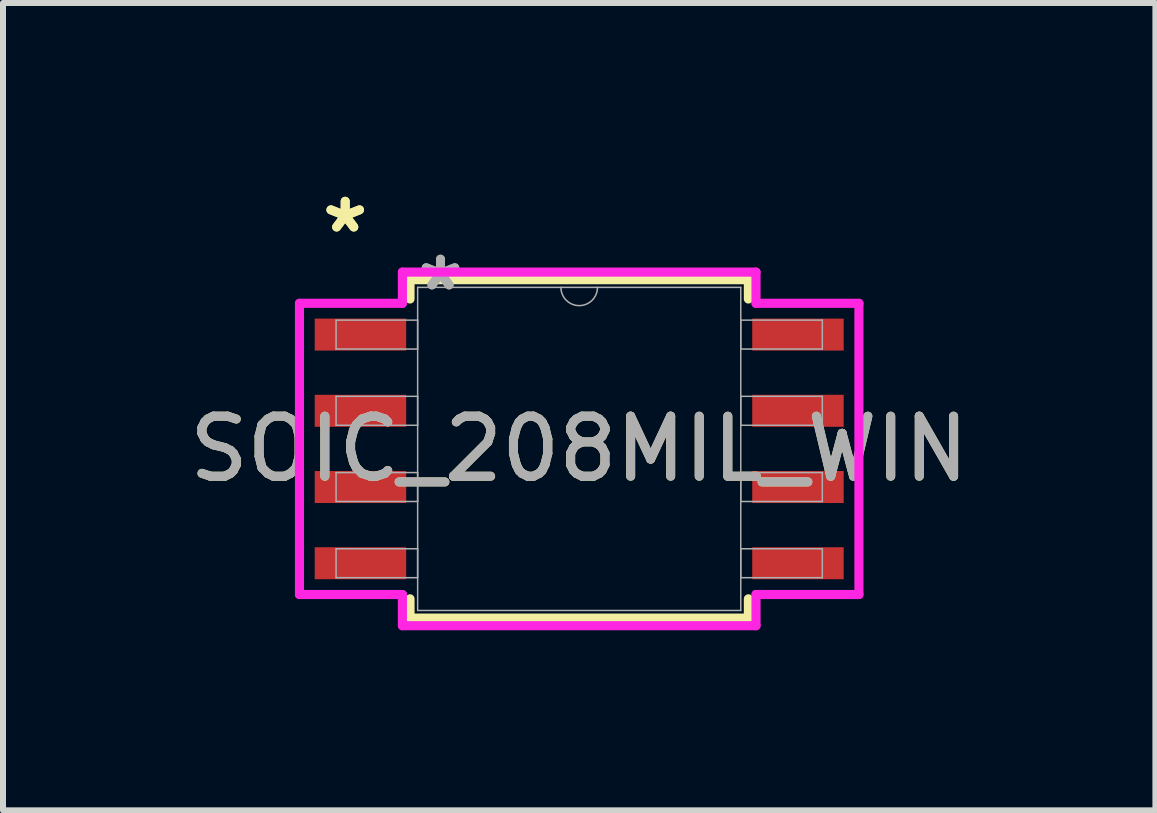
<source format=kicad_pcb>
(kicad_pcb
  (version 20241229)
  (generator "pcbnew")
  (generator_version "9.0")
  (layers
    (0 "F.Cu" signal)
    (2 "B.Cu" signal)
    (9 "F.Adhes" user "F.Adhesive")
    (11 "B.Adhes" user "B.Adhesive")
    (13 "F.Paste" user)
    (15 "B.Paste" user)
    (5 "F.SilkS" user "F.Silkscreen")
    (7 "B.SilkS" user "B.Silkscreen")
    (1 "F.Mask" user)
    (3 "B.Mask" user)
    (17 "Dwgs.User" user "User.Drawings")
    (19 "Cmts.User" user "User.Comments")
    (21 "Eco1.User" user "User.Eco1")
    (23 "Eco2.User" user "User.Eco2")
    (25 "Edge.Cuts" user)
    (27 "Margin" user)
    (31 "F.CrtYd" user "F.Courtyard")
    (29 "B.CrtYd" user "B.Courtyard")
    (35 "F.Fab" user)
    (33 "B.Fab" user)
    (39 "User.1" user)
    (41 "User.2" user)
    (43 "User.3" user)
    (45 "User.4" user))
  (footprint "SOIC_208MIL_WIN"
    (layer "F.Cu")
    (at 6.601 4.43)
    (property "Reference" "SOIC_208MIL_WIN" (at 0 0 0) (unlocked yes) (layer "F.SilkS") (effects (font (size 1 1) (thickness 0.15))))
    (attr smd)
    (fp_line (start -2.819 -2.819) (end -2.819 -2.498) (stroke (width 0.152) (type solid)) (layer "F.SilkS"))
    (fp_line (start -2.819 2.498) (end -2.819 2.819) (stroke (width 0.152) (type solid)) (layer "F.SilkS"))
    (fp_line (start -2.819 2.819) (end 2.819 2.819) (stroke (width 0.152) (type solid)) (layer "F.SilkS"))
    (fp_line (start 2.819 -2.819) (end -2.819 -2.819) (stroke (width 0.152) (type solid)) (layer "F.SilkS"))
    (fp_line (start 2.819 -2.498) (end 2.819 -2.819) (stroke (width 0.152) (type solid)) (layer "F.SilkS"))
    (fp_line (start 2.819 2.819) (end 2.819 2.498) (stroke (width 0.152) (type solid)) (layer "F.SilkS"))
    (fp_line (start -4.661 -2.426) (end -2.946 -2.426) (stroke (width 0.152) (type solid)) (layer "F.CrtYd"))
    (fp_line (start -4.661 2.426) (end -4.661 -2.426) (stroke (width 0.152) (type solid)) (layer "F.CrtYd"))
    (fp_line (start -4.661 2.426) (end -2.946 2.426) (stroke (width 0.152) (type solid)) (layer "F.CrtYd"))
    (fp_line (start -2.946 -2.946) (end 2.946 -2.946) (stroke (width 0.152) (type solid)) (layer "F.CrtYd"))
    (fp_line (start -2.946 -2.426) (end -2.946 -2.946) (stroke (width 0.152) (type solid)) (layer "F.CrtYd"))
    (fp_line (start -2.946 2.946) (end -2.946 2.426) (stroke (width 0.152) (type solid)) (layer "F.CrtYd"))
    (fp_line (start 2.946 -2.946) (end 2.946 -2.426) (stroke (width 0.152) (type solid)) (layer "F.CrtYd"))
    (fp_line (start 2.946 2.426) (end 2.946 2.946) (stroke (width 0.152) (type solid)) (layer "F.CrtYd"))
    (fp_line (start 2.946 2.946) (end -2.946 2.946) (stroke (width 0.152) (type solid)) (layer "F.CrtYd"))
    (fp_line (start 4.661 -2.426) (end 2.946 -2.426) (stroke (width 0.152) (type solid)) (layer "F.CrtYd"))
    (fp_line (start 4.661 -2.426) (end 4.661 2.426) (stroke (width 0.152) (type solid)) (layer "F.CrtYd"))
    (fp_line (start 4.661 2.426) (end 2.946 2.426) (stroke (width 0.152) (type solid)) (layer "F.CrtYd"))
    (fp_line (start -4.051 -2.146) (end -4.051 -1.664) (stroke (width 0.025) (type solid)) (layer "F.Fab"))
    (fp_line (start -4.051 -1.664) (end -2.692 -1.664) (stroke (width 0.025) (type solid)) (layer "F.Fab"))
    (fp_line (start -4.051 -0.876) (end -4.051 -0.394) (stroke (width 0.025) (type solid)) (layer "F.Fab"))
    (fp_line (start -4.051 -0.394) (end -2.692 -0.394) (stroke (width 0.025) (type solid)) (layer "F.Fab"))
    (fp_line (start -4.051 0.394) (end -4.051 0.876) (stroke (width 0.025) (type solid)) (layer "F.Fab"))
    (fp_line (start -4.051 0.876) (end -2.692 0.876) (stroke (width 0.025) (type solid)) (layer "F.Fab"))
    (fp_line (start -4.051 1.664) (end -4.051 2.146) (stroke (width 0.025) (type solid)) (layer "F.Fab"))
    (fp_line (start -4.051 2.146) (end -2.692 2.146) (stroke (width 0.025) (type solid)) (layer "F.Fab"))
    (fp_line (start -2.692 -2.692) (end -2.692 2.692) (stroke (width 0.025) (type solid)) (layer "F.Fab"))
    (fp_line (start -2.692 -2.146) (end -4.051 -2.146) (stroke (width 0.025) (type solid)) (layer "F.Fab"))
    (fp_line (start -2.692 -1.664) (end -2.692 -2.146) (stroke (width 0.025) (type solid)) (layer "F.Fab"))
    (fp_line (start -2.692 -0.876) (end -4.051 -0.876) (stroke (width 0.025) (type solid)) (layer "F.Fab"))
    (fp_line (start -2.692 -0.394) (end -2.692 -0.876) (stroke (width 0.025) (type solid)) (layer "F.Fab"))
    (fp_line (start -2.692 0.394) (end -4.051 0.394) (stroke (width 0.025) (type solid)) (layer "F.Fab"))
    (fp_line (start -2.692 0.876) (end -2.692 0.394) (stroke (width 0.025) (type solid)) (layer "F.Fab"))
    (fp_line (start -2.692 1.664) (end -4.051 1.664) (stroke (width 0.025) (type solid)) (layer "F.Fab"))
    (fp_line (start -2.692 2.146) (end -2.692 1.664) (stroke (width 0.025) (type solid)) (layer "F.Fab"))
    (fp_line (start -2.692 2.692) (end 2.692 2.692) (stroke (width 0.025) (type solid)) (layer "F.Fab"))
    (fp_line (start 2.692 -2.692) (end -2.692 -2.692) (stroke (width 0.025) (type solid)) (layer "F.Fab"))
    (fp_line (start 2.692 -2.146) (end 2.692 -1.664) (stroke (width 0.025) (type solid)) (layer "F.Fab"))
    (fp_line (start 2.692 -1.664) (end 4.051 -1.664) (stroke (width 0.025) (type solid)) (layer "F.Fab"))
    (fp_line (start 2.692 -0.876) (end 2.692 -0.394) (stroke (width 0.025) (type solid)) (layer "F.Fab"))
    (fp_line (start 2.692 -0.394) (end 4.051 -0.394) (stroke (width 0.025) (type solid)) (layer "F.Fab"))
    (fp_line (start 2.692 0.394) (end 2.692 0.876) (stroke (width 0.025) (type solid)) (layer "F.Fab"))
    (fp_line (start 2.692 0.876) (end 4.051 0.876) (stroke (width 0.025) (type solid)) (layer "F.Fab"))
    (fp_line (start 2.692 1.664) (end 2.692 2.146) (stroke (width 0.025) (type solid)) (layer "F.Fab"))
    (fp_line (start 2.692 2.146) (end 4.051 2.146) (stroke (width 0.025) (type solid)) (layer "F.Fab"))
    (fp_line (start 2.692 2.692) (end 2.692 -2.692) (stroke (width 0.025) (type solid)) (layer "F.Fab"))
    (fp_line (start 4.051 -2.146) (end 2.692 -2.146) (stroke (width 0.025) (type solid)) (layer "F.Fab"))
    (fp_line (start 4.051 -1.664) (end 4.051 -2.146) (stroke (width 0.025) (type solid)) (layer "F.Fab"))
    (fp_line (start 4.051 -0.876) (end 2.692 -0.876) (stroke (width 0.025) (type solid)) (layer "F.Fab"))
    (fp_line (start 4.051 -0.394) (end 4.051 -0.876) (stroke (width 0.025) (type solid)) (layer "F.Fab"))
    (fp_line (start 4.051 0.394) (end 2.692 0.394) (stroke (width 0.025) (type solid)) (layer "F.Fab"))
    (fp_line (start 4.051 0.876) (end 4.051 0.394) (stroke (width 0.025) (type solid)) (layer "F.Fab"))
    (fp_line (start 4.051 1.664) (end 2.692 1.664) (stroke (width 0.025) (type solid)) (layer "F.Fab"))
    (fp_line (start 4.051 2.146) (end 4.051 1.664) (stroke (width 0.025) (type solid)) (layer "F.Fab"))
    (fp_arc (start 0.3048 -2.6924) (mid 0 -2.3876) (end -0.3048 -2.6924) (stroke (width 0.0254) (type solid)) (layer "F.Fab"))
    (fp_text user "*" (at -3.899 -3.581 0) (layer "F.SilkS") (effects (font (size 1 1) (thickness 0.15))))
    (fp_text user "*" (at -3.899 -3.581 0) (unlocked yes) (layer "F.SilkS") (effects (font (size 1 1) (thickness 0.15))))
    (fp_text user "${REFERENCE}" (at 0 0 0) (unlocked yes) (layer "F.Fab") (effects (font (size 1 1) (thickness 0.15))))
    (fp_text user "*" (at -2.311 -2.616 0) (layer "F.Fab") (effects (font (size 1 1) (thickness 0.15))))
    (fp_text user "*" (at -2.311 -2.616 0) (unlocked yes) (layer "F.Fab") (effects (font (size 1 1) (thickness 0.15))))
    (pad "1" smd rect (at -3.645 -1.905) (size 1.524 0.533) (layers "F.Cu" "F.Mask" "F.Paste"))
    (pad "2" smd rect (at -3.645 -0.635) (size 1.524 0.533) (layers "F.Cu" "F.Mask" "F.Paste"))
    (pad "3" smd rect (at -3.645 0.635) (size 1.524 0.533) (layers "F.Cu" "F.Mask" "F.Paste"))
    (pad "4" smd rect (at -3.645 1.905) (size 1.524 0.533) (layers "F.Cu" "F.Mask" "F.Paste"))
    (pad "5" smd rect (at 3.645 1.905) (size 1.524 0.533) (layers "F.Cu" "F.Mask" "F.Paste"))
    (pad "6" smd rect (at 3.645 0.635) (size 1.524 0.533) (layers "F.Cu" "F.Mask" "F.Paste"))
    (pad "7" smd rect (at 3.645 -0.635) (size 1.524 0.533) (layers "F.Cu" "F.Mask" "F.Paste"))
    (pad "8" smd rect (at 3.645 -1.905) (size 1.524 0.533) (layers "F.Cu" "F.Mask" "F.Paste")))
  (gr_rect
    (start -3 -3)
    (end 16.202 10.452)
    (stroke (width 0.1) (type default))
    (fill no)
    (layer "Edge.Cuts")))
</source>
